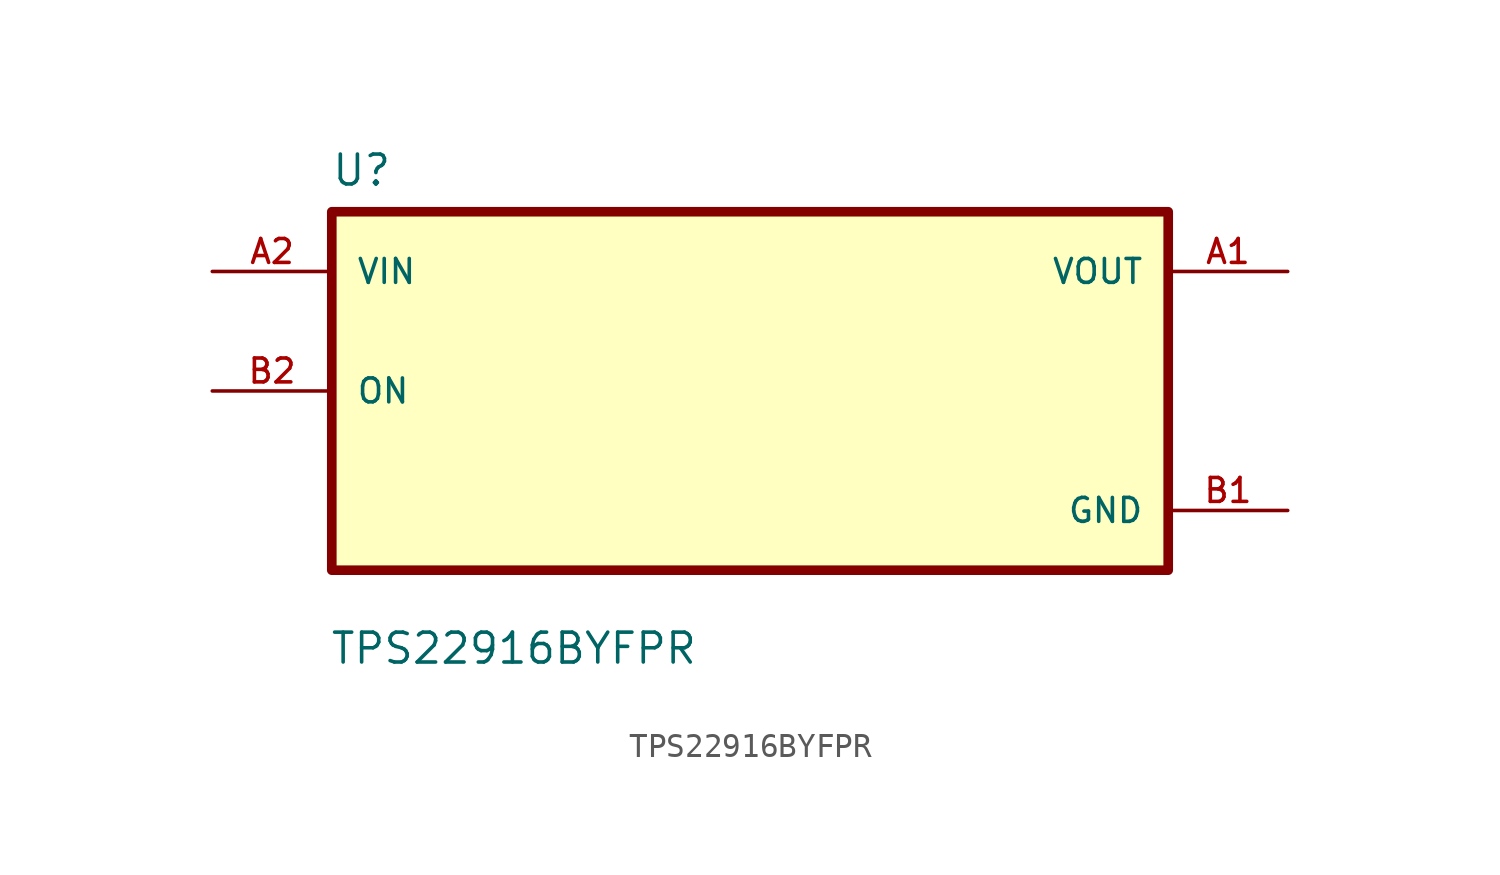
<source format=kicad_sym>
(kicad_symbol_lib
  (version 20211014)
  (generator kicad_symbol_editor)
  (symbol "TPS22916BYFPR"
    (pin_names
      (offset 1.016))
    (property "Reference" "U"
      (at -17.819 8.639 0.0)
      (effects (font (size 1.27 1.27)) (justify bottom left)))
    (property "Value" "TPS22916BYFPR"
      (at -17.881 -11.686 0.0)
      (effects (font (size 1.27 1.27)) (justify bottom left)))
    (symbol "TPS22916BYFPR_0_0"
      (rectangle (start -17.78 -7.62) (end 17.78 7.62) (stroke (width 0.41)) (fill (type background)))
      (pin input line (at -22.86 5.08 0) (length 5.08) (name "VIN" (effects (font (size 1.016 1.016)))) (number "A2" (effects (font (size 1.016 1.016)))))
      (pin bidirectional line (at -22.86 0.0 0) (length 5.08) (name "ON" (effects (font (size 1.016 1.016)))) (number "B2" (effects (font (size 1.016 1.016)))))
      (pin output line (at 22.86 5.08 180.0) (length 5.08) (name "VOUT" (effects (font (size 1.016 1.016)))) (number "A1" (effects (font (size 1.016 1.016)))))
      (pin power_in line (at 22.86 -5.08 180.0) (length 5.08) (name "GND" (effects (font (size 1.016 1.016)))) (number "B1" (effects (font (size 1.016 1.016))))))))
</source>
